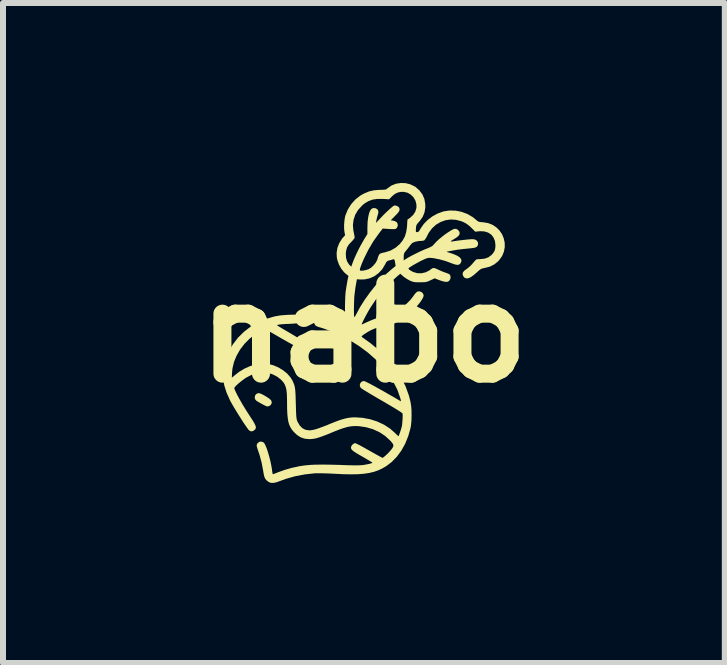
<source format=kicad_pcb>
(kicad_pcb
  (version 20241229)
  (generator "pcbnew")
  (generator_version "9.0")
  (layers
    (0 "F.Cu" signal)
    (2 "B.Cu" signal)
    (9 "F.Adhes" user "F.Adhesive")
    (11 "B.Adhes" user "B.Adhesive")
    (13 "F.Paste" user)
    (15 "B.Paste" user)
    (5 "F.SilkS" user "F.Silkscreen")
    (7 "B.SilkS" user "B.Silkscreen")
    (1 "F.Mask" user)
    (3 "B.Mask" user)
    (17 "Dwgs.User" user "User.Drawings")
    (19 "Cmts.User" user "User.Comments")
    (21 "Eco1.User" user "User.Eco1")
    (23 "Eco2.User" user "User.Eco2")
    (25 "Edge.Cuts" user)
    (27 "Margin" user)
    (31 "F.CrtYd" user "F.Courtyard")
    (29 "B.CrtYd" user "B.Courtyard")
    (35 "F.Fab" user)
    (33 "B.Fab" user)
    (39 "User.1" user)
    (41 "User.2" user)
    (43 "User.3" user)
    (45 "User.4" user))
  (footprint "nabo"
    (layer "F.Cu")
    (at 3.014 2.499)
    (property "Reference" "nabo" (at 0 0 0) (layer "F.SilkS") (effects (font (size 1.5 1.5) (thickness 0.3))))
    (attr board_only exclude_from_pos_files exclude_from_bom)
    (fp_poly (pts (xy -1.728 1.008) (xy -1.694 1.023) (xy -1.655 1.044) (xy -1.615 1.068) (xy -1.58 1.092) (xy -1.554 1.114) (xy -1.544 1.126) (xy -1.535 1.159) (xy -1.544 1.189) (xy -1.569 1.213) (xy -1.58 1.218) (xy -1.596 1.223) (xy -1.611 1.224) (xy -1.629 1.219) (xy -1.656 1.206) (xy -1.689 1.189) (xy -1.727 1.168) (xy -1.762 1.148) (xy -1.787 1.132) (xy -1.793 1.128) (xy -1.814 1.102) (xy -1.819 1.072) (xy -1.812 1.042) (xy -1.793 1.017) (xy -1.764 1.004) (xy -1.751 1.003)) (stroke (width 0) (type solid)) (fill yes) (layer "F.SilkS"))
    (fp_poly (pts (xy -1.058 0.484) (xy -1.027 0.497) (xy -0.988 0.516) (xy -0.945 0.539) (xy -0.904 0.564) (xy -0.867 0.587) (xy -0.839 0.606) (xy -0.828 0.617) (xy -0.815 0.641) (xy -0.811 0.661) (xy -0.819 0.687) (xy -0.839 0.712) (xy -0.865 0.729) (xy -0.881 0.733) (xy -0.898 0.728) (xy -0.928 0.715) (xy -0.966 0.696) (xy -1.003 0.676) (xy -1.056 0.646) (xy -1.093 0.622) (xy -1.118 0.604) (xy -1.133 0.588) (xy -1.141 0.572) (xy -1.143 0.554) (xy -1.143 0.55) (xy -1.135 0.516) (xy -1.113 0.49) (xy -1.083 0.479) (xy -1.077 0.479)) (stroke (width 0) (type solid)) (fill yes) (layer "F.SilkS"))
    (fp_poly (pts (xy 0.693 -2.497) (xy 0.771 -2.478) (xy 0.843 -2.444) (xy 0.86 -2.434) (xy 0.925 -2.377) (xy 0.975 -2.31) (xy 1.008 -2.234) (xy 1.023 -2.15) (xy 1.024 -2.092) (xy 1.011 -2.011) (xy 0.982 -1.938) (xy 0.935 -1.87) (xy 0.92 -1.854) (xy 0.895 -1.825) (xy 0.88 -1.804) (xy 0.872 -1.781) (xy 0.868 -1.751) (xy 0.868 -1.741) (xy 0.866 -1.708) (xy 0.867 -1.69) (xy 0.872 -1.682) (xy 0.884 -1.68) (xy 0.888 -1.68) (xy 0.904 -1.684) (xy 0.918 -1.695) (xy 0.934 -1.719) (xy 0.946 -1.741) (xy 0.997 -1.815) (xy 1.063 -1.883) (xy 1.141 -1.942) (xy 1.226 -1.989) (xy 1.316 -2.022) (xy 1.329 -2.026) (xy 1.429 -2.041) (xy 1.531 -2.038) (xy 1.631 -2.018) (xy 1.727 -1.982) (xy 1.814 -1.931) (xy 1.858 -1.896) (xy 1.884 -1.873) (xy 1.905 -1.858) (xy 1.926 -1.851) (xy 1.955 -1.847) (xy 1.988 -1.845) (xy 2.071 -1.831) (xy 2.145 -1.802) (xy 2.208 -1.76) (xy 2.261 -1.707) (xy 2.303 -1.645) (xy 2.331 -1.577) (xy 2.347 -1.504) (xy 2.348 -1.43) (xy 2.334 -1.356) (xy 2.305 -1.284) (xy 2.258 -1.217) (xy 2.235 -1.192) (xy 2.171 -1.141) (xy 2.099 -1.105) (xy 2.017 -1.084) (xy 1.982 -1.077) (xy 1.956 -1.068) (xy 1.933 -1.054) (xy 1.906 -1.031) (xy 1.89 -1.016) (xy 1.83 -0.964) (xy 1.779 -0.928) (xy 1.735 -0.91) (xy 1.7 -0.91) (xy 1.672 -0.926) (xy 1.655 -0.949) (xy 1.645 -0.98) (xy 1.65 -1.008) (xy 1.672 -1.036) (xy 1.709 -1.064) (xy 1.739 -1.086) (xy 1.766 -1.109) (xy 1.795 -1.138) (xy 1.829 -1.177) (xy 1.853 -1.205) (xy 1.867 -1.22) (xy 1.883 -1.227) (xy 1.908 -1.23) (xy 1.937 -1.231) (xy 2.011 -1.238) (xy 2.074 -1.26) (xy 2.124 -1.297) (xy 2.125 -1.297) (xy 2.159 -1.336) (xy 2.18 -1.373) (xy 2.19 -1.415) (xy 2.193 -1.46) (xy 2.185 -1.531) (xy 2.161 -1.59) (xy 2.124 -1.638) (xy 2.073 -1.672) (xy 2.011 -1.692) (xy 1.94 -1.696) (xy 1.924 -1.695) (xy 1.856 -1.688) (xy 1.802 -1.743) (xy 1.752 -1.789) (xy 1.706 -1.823) (xy 1.657 -1.849) (xy 1.622 -1.863) (xy 1.533 -1.886) (xy 1.445 -1.891) (xy 1.358 -1.878) (xy 1.277 -1.848) (xy 1.202 -1.804) (xy 1.136 -1.744) (xy 1.082 -1.671) (xy 1.059 -1.627) (xy 1.041 -1.591) (xy 1.023 -1.563) (xy 1.009 -1.546) (xy 1.007 -1.544) (xy 0.985 -1.537) (xy 0.955 -1.534) (xy 0.945 -1.534) (xy 0.909 -1.531) (xy 0.869 -1.523) (xy 0.852 -1.519) (xy 0.817 -1.505) (xy 0.792 -1.486) (xy 0.772 -1.46) (xy 0.747 -1.427) (xy 0.718 -1.39) (xy 0.703 -1.372) (xy 0.681 -1.345) (xy 0.67 -1.323) (xy 0.665 -1.298) (xy 0.664 -1.268) (xy 0.664 -1.209) (xy 0.691 -1.227) (xy 0.738 -1.256) (xy 0.798 -1.289) (xy 0.865 -1.323) (xy 0.933 -1.356) (xy 0.997 -1.385) (xy 1.027 -1.397) (xy 1.077 -1.417) (xy 1.112 -1.433) (xy 1.137 -1.447) (xy 1.155 -1.463) (xy 1.172 -1.482) (xy 1.173 -1.483) (xy 1.205 -1.518) (xy 1.247 -1.558) (xy 1.297 -1.599) (xy 1.349 -1.64) (xy 1.401 -1.676) (xy 1.45 -1.707) (xy 1.49 -1.728) (xy 1.512 -1.736) (xy 1.54 -1.734) (xy 1.568 -1.718) (xy 1.589 -1.692) (xy 1.593 -1.684) (xy 1.597 -1.654) (xy 1.584 -1.626) (xy 1.553 -1.597) (xy 1.516 -1.573) (xy 1.477 -1.549) (xy 1.454 -1.534) (xy 1.448 -1.525) (xy 1.459 -1.523) (xy 1.487 -1.527) (xy 1.508 -1.53) (xy 1.558 -1.538) (xy 1.615 -1.545) (xy 1.676 -1.552) (xy 1.733 -1.558) (xy 1.783 -1.562) (xy 1.818 -1.563) (xy 1.819 -1.563) (xy 1.856 -1.556) (xy 1.884 -1.537) (xy 1.901 -1.51) (xy 1.904 -1.479) (xy 1.893 -1.45) (xy 1.883 -1.438) (xy 1.87 -1.429) (xy 1.853 -1.422) (xy 1.826 -1.417) (xy 1.788 -1.412) (xy 1.739 -1.407) (xy 1.654 -1.399) (xy 1.568 -1.388) (xy 1.487 -1.375) (xy 1.417 -1.362) (xy 1.407 -1.36) (xy 1.374 -1.352) (xy 1.417 -1.34) (xy 1.495 -1.314) (xy 1.555 -1.288) (xy 1.596 -1.261) (xy 1.62 -1.233) (xy 1.627 -1.203) (xy 1.621 -1.181) (xy 1.605 -1.153) (xy 1.584 -1.138) (xy 1.554 -1.135) (xy 1.514 -1.143) (xy 1.46 -1.162) (xy 1.45 -1.166) (xy 1.361 -1.199) (xy 1.264 -1.226) (xy 1.169 -1.245) (xy 1.14 -1.249) (xy 1.105 -1.252) (xy 1.079 -1.252) (xy 1.053 -1.246) (xy 1.021 -1.234) (xy 1.002 -1.225) (xy 0.966 -1.209) (xy 0.924 -1.187) (xy 0.88 -1.163) (xy 0.837 -1.139) (xy 0.798 -1.116) (xy 0.767 -1.096) (xy 0.748 -1.082) (xy 0.742 -1.076) (xy 0.751 -1.06) (xy 0.776 -1.041) (xy 0.813 -1.021) (xy 0.826 -1.015) (xy 0.891 -0.996) (xy 0.959 -0.995) (xy 1.027 -1.01) (xy 1.09 -1.041) (xy 1.115 -1.06) (xy 1.137 -1.076) (xy 1.158 -1.082) (xy 1.182 -1.08) (xy 1.214 -1.067) (xy 1.248 -1.051) (xy 1.29 -1.032) (xy 1.335 -1.014) (xy 1.37 -1.002) (xy 1.405 -0.989) (xy 1.429 -0.975) (xy 1.436 -0.968) (xy 1.446 -0.931) (xy 1.439 -0.895) (xy 1.422 -0.87) (xy 1.403 -0.856) (xy 1.383 -0.851) (xy 1.353 -0.853) (xy 1.32 -0.86) (xy 1.279 -0.873) (xy 1.244 -0.885) (xy 1.18 -0.911) (xy 1.11 -0.878) (xy 1.078 -0.863) (xy 1.052 -0.854) (xy 1.026 -0.848) (xy 0.994 -0.846) (xy 0.95 -0.845) (xy 0.933 -0.845) (xy 0.884 -0.845) (xy 0.849 -0.847) (xy 0.822 -0.852) (xy 0.797 -0.86) (xy 0.769 -0.872) (xy 0.762 -0.875) (xy 0.721 -0.898) (xy 0.68 -0.925) (xy 0.653 -0.946) (xy 0.607 -0.987) (xy 0.55 -0.939) (xy 0.459 -0.856) (xy 0.365 -0.759) (xy 0.274 -0.653) (xy 0.19 -0.543) (xy 0.117 -0.434) (xy 0.105 -0.415) (xy 0.082 -0.376) (xy 0.057 -0.332) (xy 0.032 -0.286) (xy 0.009 -0.242) (xy -0.012 -0.201) (xy -0.027 -0.169) (xy -0.036 -0.148) (xy -0.037 -0.142) (xy -0.028 -0.144) (xy -0.005 -0.154) (xy 0.029 -0.17) (xy 0.064 -0.186) (xy 0.109 -0.206) (xy 0.167 -0.229) (xy 0.231 -0.253) (xy 0.294 -0.273) (xy 0.313 -0.279) (xy 0.368 -0.296) (xy 0.422 -0.314) (xy 0.468 -0.331) (xy 0.502 -0.344) (xy 0.513 -0.349) (xy 0.609 -0.406) (xy 0.696 -0.472) (xy 0.771 -0.546) (xy 0.811 -0.596) (xy 0.841 -0.638) (xy 0.864 -0.666) (xy 0.881 -0.682) (xy 0.898 -0.691) (xy 0.915 -0.693) (xy 0.921 -0.694) (xy 0.955 -0.685) (xy 0.981 -0.664) (xy 0.995 -0.634) (xy 0.996 -0.624) (xy 0.99 -0.597) (xy 0.971 -0.561) (xy 0.942 -0.517) (xy 0.905 -0.471) (xy 0.864 -0.423) (xy 0.847 -0.407) (xy 0.776 -0.341) (xy 0.7 -0.285) (xy 0.619 -0.236) (xy 0.526 -0.193) (xy 0.42 -0.154) (xy 0.352 -0.132) (xy 0.293 -0.113) (xy 0.233 -0.093) (xy 0.178 -0.072) (xy 0.135 -0.054) (xy 0.122 -0.048) (xy 0.081 -0.026) (xy 0.041 -0.002) (xy 0.005 0.021) (xy -0.022 0.041) (xy -0.037 0.056) (xy -0.039 0.06) (xy -0.031 0.068) (xy -0.012 0.083) (xy 0.016 0.102) (xy 0.017 0.103) (xy 0.108 0.168) (xy 0.202 0.246) (xy 0.296 0.333) (xy 0.386 0.423) (xy 0.466 0.514) (xy 0.53 0.597) (xy 0.621 0.74) (xy 0.695 0.89) (xy 0.751 1.044) (xy 0.777 1.148) (xy 0.788 1.214) (xy 0.794 1.292) (xy 0.795 1.376) (xy 0.793 1.459) (xy 0.786 1.534) (xy 0.778 1.583) (xy 0.74 1.718) (xy 0.689 1.845) (xy 0.625 1.96) (xy 0.549 2.063) (xy 0.463 2.151) (xy 0.375 2.218) (xy 0.309 2.257) (xy 0.241 2.289) (xy 0.169 2.314) (xy 0.09 2.333) (xy 0.002 2.346) (xy -0.097 2.354) (xy -0.209 2.356) (xy -0.337 2.354) (xy -0.458 2.348) (xy -0.535 2.344) (xy -0.611 2.341) (xy -0.682 2.339) (xy -0.745 2.338) (xy -0.795 2.338) (xy -0.82 2.339) (xy -0.983 2.357) (xy -1.146 2.388) (xy -1.302 2.432) (xy -1.397 2.467) (xy -1.458 2.489) (xy -1.508 2.499) (xy -1.549 2.498) (xy -1.584 2.485) (xy -1.592 2.479) (xy -1.621 2.457) (xy -1.642 2.432) (xy -1.657 2.401) (xy -1.668 2.358) (xy -1.676 2.31) (xy -1.703 2.165) (xy -1.739 2.03) (xy -1.76 1.969) (xy -1.775 1.924) (xy -1.784 1.893) (xy -1.786 1.871) (xy -1.782 1.854) (xy -1.771 1.838) (xy -1.769 1.835) (xy -1.742 1.814) (xy -1.709 1.81) (xy -1.676 1.822) (xy -1.667 1.829) (xy -1.651 1.851) (xy -1.633 1.89) (xy -1.613 1.941) (xy -1.594 2.002) (xy -1.575 2.069) (xy -1.557 2.139) (xy -1.543 2.209) (xy -1.531 2.276) (xy -1.529 2.298) (xy -1.524 2.328) (xy -1.52 2.349) (xy -1.517 2.354) (xy -1.506 2.351) (xy -1.482 2.342) (xy -1.448 2.329) (xy -1.428 2.321) (xy -1.317 2.281) (xy -1.204 2.249) (xy -1.08 2.222) (xy -1.05 2.217) (xy -0.997 2.209) (xy -0.94 2.203) (xy -0.878 2.198) (xy -0.807 2.195) (xy -0.726 2.194) (xy -0.633 2.194) (xy -0.526 2.196) (xy -0.403 2.199) (xy -0.327 2.202) (xy -0.234 2.205) (xy -0.159 2.206) (xy -0.098 2.206) (xy -0.05 2.204) (xy -0.013 2.201) (xy 0 2.199) (xy 0.061 2.188) (xy 0.106 2.178) (xy 0.133 2.169) (xy 0.142 2.161) (xy 0.14 2.159) (xy 0.13 2.152) (xy 0.105 2.137) (xy 0.068 2.115) (xy 0.024 2.089) (xy -0.024 2.061) (xy -0.087 2.025) (xy -0.135 1.996) (xy -0.169 1.973) (xy -0.192 1.955) (xy -0.206 1.939) (xy -0.213 1.924) (xy -0.215 1.909) (xy -0.215 1.908) (xy -0.207 1.882) (xy -0.187 1.858) (xy -0.162 1.84) (xy -0.145 1.837) (xy -0.131 1.841) (xy -0.103 1.855) (xy -0.063 1.875) (xy -0.013 1.902) (xy 0.042 1.933) (xy 0.088 1.959) (xy 0.146 1.992) (xy 0.2 2.022) (xy 0.245 2.047) (xy 0.28 2.066) (xy 0.303 2.078) (xy 0.31 2.081) (xy 0.324 2.074) (xy 0.347 2.056) (xy 0.376 2.03) (xy 0.407 2) (xy 0.436 1.968) (xy 0.461 1.939) (xy 0.464 1.934) (xy 0.483 1.906) (xy 0.492 1.884) (xy 0.49 1.863) (xy 0.477 1.838) (xy 0.451 1.807) (xy 0.433 1.788) (xy 0.353 1.715) (xy 0.259 1.653) (xy 0.154 1.605) (xy 0.042 1.572) (xy -0.075 1.554) (xy -0.137 1.551) (xy -0.183 1.553) (xy -0.23 1.558) (xy -0.279 1.568) (xy -0.335 1.584) (xy -0.4 1.606) (xy -0.477 1.636) (xy -0.536 1.66) (xy -0.618 1.694) (xy -0.686 1.72) (xy -0.741 1.739) (xy -0.787 1.753) (xy -0.827 1.762) (xy -0.865 1.767) (xy -0.902 1.769) (xy -0.912 1.769) (xy -0.986 1.762) (xy -1.051 1.74) (xy -1.112 1.702) (xy -1.166 1.651) (xy -1.198 1.613) (xy -1.223 1.574) (xy -1.243 1.531) (xy -1.258 1.482) (xy -1.268 1.423) (xy -1.275 1.353) (xy -1.279 1.268) (xy -1.28 1.172) (xy -1.281 1.084) (xy -1.284 1.011) (xy -1.29 0.953) (xy -1.301 0.905) (xy -1.315 0.866) (xy -1.335 0.831) (xy -1.361 0.799) (xy -1.384 0.776) (xy -1.441 0.731) (xy -1.51 0.694) (xy -1.584 0.668) (xy -1.615 0.662) (xy -1.698 0.657) (xy -1.785 0.67) (xy -1.873 0.699) (xy -1.96 0.744) (xy -1.997 0.769) (xy -2.045 0.805) (xy -2.088 0.84) (xy -2.123 0.872) (xy -2.147 0.898) (xy -2.159 0.916) (xy -2.159 0.919) (xy -2.154 0.94) (xy -2.139 0.974) (xy -2.117 1.02) (xy -2.088 1.075) (xy -2.053 1.137) (xy -2.015 1.203) (xy -1.973 1.271) (xy -1.931 1.338) (xy -1.917 1.359) (xy -1.875 1.424) (xy -1.842 1.475) (xy -1.82 1.515) (xy -1.806 1.545) (xy -1.8 1.568) (xy -1.801 1.586) (xy -1.808 1.602) (xy -1.821 1.617) (xy -1.822 1.617) (xy -1.852 1.637) (xy -1.885 1.639) (xy -1.912 1.624) (xy -1.927 1.608) (xy -1.949 1.577) (xy -1.978 1.535) (xy -2.012 1.485) (xy -2.048 1.428) (xy -2.086 1.368) (xy -2.123 1.308) (xy -2.159 1.25) (xy -2.19 1.197) (xy -2.216 1.151) (xy -2.23 1.124) (xy -2.288 0.995) (xy -2.327 0.872) (xy -2.347 0.753) (xy -2.349 0.637) (xy -2.333 0.523) (xy -2.298 0.408) (xy -2.244 0.292) (xy -2.182 0.189) (xy -2.098 0.079) (xy -1.999 -0.019) (xy -1.887 -0.105) (xy -1.764 -0.177) (xy -1.631 -0.234) (xy -1.49 -0.275) (xy -1.425 -0.287) (xy -1.38 -0.294) (xy -1.326 -0.298) (xy -1.269 -0.302) (xy -1.211 -0.304) (xy -1.158 -0.305) (xy -1.114 -0.303) (xy -1.083 -0.3) (xy -1.076 -0.298) (xy -1.052 -0.282) (xy -1.036 -0.254) (xy -1.032 -0.223) (xy -1.035 -0.211) (xy -1.044 -0.193) (xy -1.058 -0.179) (xy -1.079 -0.169) (xy -1.109 -0.162) (xy -1.153 -0.157) (xy -1.213 -0.153) (xy -1.236 -0.152) (xy -1.312 -0.149) (xy -1.37 -0.145) (xy -1.411 -0.14) (xy -1.435 -0.136) (xy -1.445 -0.13) (xy -1.446 -0.128) (xy -1.438 -0.122) (xy -1.415 -0.107) (xy -1.38 -0.086) (xy -1.335 -0.059) (xy -1.282 -0.028) (xy -1.246 -0.007) (xy -1.18 0.032) (xy -1.128 0.063) (xy -1.09 0.087) (xy -1.064 0.106) (xy -1.048 0.12) (xy -1.039 0.132) (xy -1.038 0.135) (xy -1.034 0.169) (xy -1.046 0.199) (xy -1.068 0.221) (xy -1.098 0.231) (xy -1.122 0.228) (xy -1.137 0.221) (xy -1.167 0.206) (xy -1.209 0.183) (xy -1.26 0.155) (xy -1.319 0.121) (xy -1.383 0.085) (xy -1.4 0.075) (xy -1.65 -0.069) (xy -1.702 -0.043) (xy -1.808 0.02) (xy -1.905 0.096) (xy -1.99 0.182) (xy -2.063 0.277) (xy -2.121 0.378) (xy -2.164 0.483) (xy -2.19 0.591) (xy -2.196 0.65) (xy -2.201 0.747) (xy -2.162 0.713) (xy -2.082 0.65) (xy -1.993 0.596) (xy -1.899 0.554) (xy -1.804 0.524) (xy -1.712 0.51) (xy -1.679 0.508) (xy -1.594 0.516) (xy -1.507 0.539) (xy -1.423 0.575) (xy -1.346 0.622) (xy -1.278 0.677) (xy -1.223 0.74) (xy -1.194 0.787) (xy -1.179 0.818) (xy -1.167 0.847) (xy -1.157 0.875) (xy -1.15 0.906) (xy -1.145 0.943) (xy -1.141 0.989) (xy -1.138 1.047) (xy -1.136 1.119) (xy -1.134 1.177) (xy -1.132 1.255) (xy -1.13 1.316) (xy -1.128 1.363) (xy -1.125 1.399) (xy -1.122 1.425) (xy -1.118 1.446) (xy -1.112 1.463) (xy -1.106 1.479) (xy -1.105 1.48) (xy -1.069 1.542) (xy -1.025 1.587) (xy -0.972 1.614) (xy -0.912 1.623) (xy -0.911 1.623) (xy -0.88 1.621) (xy -0.845 1.615) (xy -0.804 1.605) (xy -0.755 1.589) (xy -0.695 1.567) (xy -0.621 1.539) (xy -0.552 1.51) (xy -0.463 1.475) (xy -0.389 1.448) (xy -0.324 1.429) (xy -0.267 1.416) (xy -0.212 1.409) (xy -0.158 1.406) (xy -0.151 1.406) (xy -0.021 1.414) (xy 0.105 1.438) (xy 0.226 1.477) (xy 0.338 1.53) (xy 0.439 1.596) (xy 0.517 1.665) (xy 0.543 1.691) (xy 0.564 1.71) (xy 0.576 1.719) (xy 0.577 1.719) (xy 0.583 1.711) (xy 0.592 1.687) (xy 0.604 1.653) (xy 0.617 1.612) (xy 0.63 1.568) (xy 0.631 1.562) (xy 0.636 1.538) (xy 0.64 1.502) (xy 0.643 1.46) (xy 0.646 1.418) (xy 0.647 1.38) (xy 0.646 1.353) (xy 0.645 1.343) (xy 0.634 1.332) (xy 0.606 1.312) (xy 0.562 1.284) (xy 0.502 1.247) (xy 0.426 1.202) (xy 0.336 1.149) (xy 0.301 1.129) (xy 0.227 1.086) (xy 0.157 1.045) (xy 0.095 1.008) (xy 0.041 0.975) (xy -0.003 0.949) (xy -0.033 0.929) (xy -0.05 0.918) (xy -0.051 0.916) (xy -0.067 0.886) (xy -0.066 0.854) (xy -0.052 0.826) (xy -0.027 0.807) (xy 0.000422 0.801) (xy 0.017 0.806) (xy 0.049 0.821) (xy 0.095 0.844) (xy 0.155 0.876) (xy 0.227 0.916) (xy 0.311 0.962) (xy 0.404 1.016) (xy 0.507 1.075) (xy 0.617 1.139) (xy 0.617 1.139) (xy 0.618 1.133) (xy 0.614 1.112) (xy 0.606 1.082) (xy 0.558 0.946) (xy 0.49 0.812) (xy 0.406 0.681) (xy 0.305 0.555) (xy 0.19 0.435) (xy 0.06 0.321) (xy -0.083 0.216) (xy -0.237 0.119) (xy -0.358 0.055) (xy -0.427 0.022) (xy -0.503 -0.01) (xy -0.58 -0.041) (xy -0.653 -0.068) (xy -0.718 -0.089) (xy -0.75 -0.098) (xy -0.781 -0.109) (xy -0.806 -0.125) (xy -0.811 -0.129) (xy -0.827 -0.159) (xy -0.828 -0.192) (xy -0.815 -0.222) (xy -0.789 -0.243) (xy -0.774 -0.249) (xy -0.751 -0.248) (xy -0.713 -0.241) (xy -0.663 -0.227) (xy -0.604 -0.209) (xy -0.539 -0.186) (xy -0.471 -0.16) (xy -0.412 -0.136) (xy -0.369 -0.118) (xy -0.333 -0.103) (xy -0.308 -0.094) (xy -0.297 -0.091) (xy -0.297 -0.091) (xy -0.297 -0.101) (xy -0.299 -0.125) (xy -0.304 -0.159) (xy -0.304 -0.162) (xy -0.309 -0.204) (xy -0.312 -0.262) (xy -0.314 -0.331) (xy -0.314 -0.38) (xy -0.166 -0.38) (xy -0.165 -0.334) (xy -0.164 -0.296) (xy -0.161 -0.272) (xy -0.158 -0.264) (xy -0.15 -0.272) (xy -0.137 -0.293) (xy -0.124 -0.318) (xy -0.062 -0.433) (xy 0.014 -0.553) (xy 0.099 -0.672) (xy 0.191 -0.788) (xy 0.287 -0.896) (xy 0.383 -0.993) (xy 0.458 -1.058) (xy 0.529 -1.116) (xy 0.523 -1.16) (xy 0.516 -1.198) (xy 0.51 -1.219) (xy 0.501 -1.228) (xy 0.488 -1.227) (xy 0.485 -1.226) (xy 0.462 -1.219) (xy 0.431 -1.211) (xy 0.422 -1.209) (xy 0.399 -1.202) (xy 0.383 -1.191) (xy 0.369 -1.172) (xy 0.353 -1.141) (xy 0.351 -1.137) (xy 0.305 -1.061) (xy 0.245 -0.997) (xy 0.176 -0.946) (xy 0.098 -0.911) (xy 0.014 -0.893) (xy -0.055 -0.891) (xy -0.116 -0.895) (xy -0.131 -0.811) (xy -0.14 -0.76) (xy -0.148 -0.701) (xy -0.155 -0.645) (xy -0.156 -0.635) (xy -0.16 -0.593) (xy -0.162 -0.543) (xy -0.164 -0.488) (xy -0.165 -0.433) (xy -0.166 -0.38) (xy -0.314 -0.38) (xy -0.315 -0.405) (xy -0.314 -0.481) (xy -0.312 -0.554) (xy -0.309 -0.619) (xy -0.305 -0.672) (xy -0.304 -0.684) (xy -0.296 -0.739) (xy -0.286 -0.8) (xy -0.276 -0.856) (xy -0.275 -0.865) (xy -0.257 -0.953) (xy -0.277 -0.966) (xy -0.33 -1.012) (xy -0.378 -1.073) (xy -0.416 -1.142) (xy -0.442 -1.217) (xy -0.45 -1.251) (xy -0.454 -1.323) (xy -0.301 -1.323) (xy -0.297 -1.253) (xy -0.279 -1.191) (xy -0.246 -1.14) (xy -0.236 -1.13) (xy -0.21 -1.105) (xy -0.187 -1.17) (xy -0.161 -1.236) (xy -0.127 -1.312) (xy -0.088 -1.393) (xy -0.046 -1.472) (xy -0.005 -1.544) (xy -0.002 -1.55) (xy 0.059 -1.649) (xy 0.059 -1.76) (xy 0.062 -1.848) (xy 0.072 -1.928) (xy 0.087 -1.995) (xy 0.103 -2.036) (xy 0.127 -2.068) (xy 0.158 -2.082) (xy 0.196 -2.078) (xy 0.203 -2.075) (xy 0.23 -2.056) (xy 0.242 -2.026) (xy 0.238 -1.986) (xy 0.231 -1.965) (xy 0.22 -1.927) (xy 0.211 -1.887) (xy 0.209 -1.877) (xy 0.202 -1.834) (xy 0.27 -1.906) (xy 0.316 -1.955) (xy 0.362 -2.001) (xy 0.407 -2.043) (xy 0.446 -2.079) (xy 0.478 -2.106) (xy 0.5 -2.121) (xy 0.506 -2.124) (xy 0.531 -2.124) (xy 0.559 -2.113) (xy 0.582 -2.097) (xy 0.59 -2.085) (xy 0.595 -2.063) (xy 0.593 -2.042) (xy 0.581 -2.019) (xy 0.557 -1.989) (xy 0.522 -1.953) (xy 0.448 -1.878) (xy 0.488 -1.872) (xy 0.518 -1.863) (xy 0.544 -1.849) (xy 0.547 -1.846) (xy 0.563 -1.818) (xy 0.565 -1.784) (xy 0.551 -1.753) (xy 0.546 -1.747) (xy 0.535 -1.738) (xy 0.523 -1.733) (xy 0.506 -1.73) (xy 0.478 -1.73) (xy 0.436 -1.732) (xy 0.42 -1.733) (xy 0.314 -1.74) (xy 0.251 -1.658) (xy 0.158 -1.528) (xy 0.074 -1.385) (xy 0.000121 -1.236) (xy -0.036 -1.151) (xy -0.054 -1.102) (xy -0.065 -1.069) (xy -0.067 -1.049) (xy -0.061 -1.039) (xy -0.045 -1.037) (xy -0.019 -1.039) (xy -0.012 -1.039) (xy 0.028 -1.047) (xy 0.068 -1.059) (xy 0.085 -1.066) (xy 0.126 -1.092) (xy 0.165 -1.13) (xy 0.199 -1.173) (xy 0.221 -1.215) (xy 0.224 -1.223) (xy 0.237 -1.267) (xy 0.249 -1.296) (xy 0.262 -1.315) (xy 0.28 -1.326) (xy 0.309 -1.335) (xy 0.352 -1.344) (xy 0.444 -1.373) (xy 0.526 -1.419) (xy 0.598 -1.481) (xy 0.646 -1.541) (xy 0.682 -1.605) (xy 0.705 -1.68) (xy 0.719 -1.768) (xy 0.72 -1.791) (xy 0.726 -1.888) (xy 0.771 -1.92) (xy 0.823 -1.968) (xy 0.858 -2.024) (xy 0.876 -2.085) (xy 0.876 -2.14) (xy 0.86 -2.204) (xy 0.828 -2.26) (xy 0.784 -2.304) (xy 0.731 -2.336) (xy 0.67 -2.351) (xy 0.621 -2.352) (xy 0.567 -2.341) (xy 0.52 -2.319) (xy 0.475 -2.283) (xy 0.462 -2.27) (xy 0.421 -2.228) (xy 0.315 -2.234) (xy 0.224 -2.234) (xy 0.144 -2.222) (xy 0.074 -2.196) (xy 0.01 -2.157) (xy -0.032 -2.121) (xy -0.097 -2.049) (xy -0.144 -1.97) (xy -0.172 -1.885) (xy -0.183 -1.795) (xy -0.174 -1.702) (xy -0.17 -1.684) (xy -0.162 -1.645) (xy -0.156 -1.612) (xy -0.154 -1.59) (xy -0.154 -1.588) (xy -0.162 -1.572) (xy -0.181 -1.548) (xy -0.206 -1.521) (xy -0.208 -1.519) (xy -0.252 -1.472) (xy -0.28 -1.426) (xy -0.295 -1.374) (xy -0.301 -1.323) (xy -0.454 -1.323) (xy -0.454 -1.335) (xy -0.441 -1.418) (xy -0.41 -1.498) (xy -0.364 -1.571) (xy -0.352 -1.585) (xy -0.313 -1.629) (xy -0.324 -1.687) (xy -0.329 -1.737) (xy -0.33 -1.798) (xy -0.325 -1.862) (xy -0.317 -1.92) (xy -0.309 -1.955) (xy -0.268 -2.056) (xy -0.211 -2.147) (xy -0.141 -2.225) (xy -0.058 -2.29) (xy 0.003 -2.324) (xy 0.084 -2.358) (xy 0.165 -2.377) (xy 0.254 -2.385) (xy 0.273 -2.385) (xy 0.317 -2.386) (xy 0.346 -2.388) (xy 0.366 -2.392) (xy 0.382 -2.4) (xy 0.398 -2.414) (xy 0.4 -2.415) (xy 0.463 -2.459) (xy 0.536 -2.487) (xy 0.613 -2.499)) (stroke (width 0) (type solid)) (fill yes) (layer "F.SilkS")))
  (gr_rect
    (start -3 -3)
    (end 9.029 7.999)
    (stroke (width 0.1) (type default))
    (fill no)
    (layer "Edge.Cuts")))
</source>
